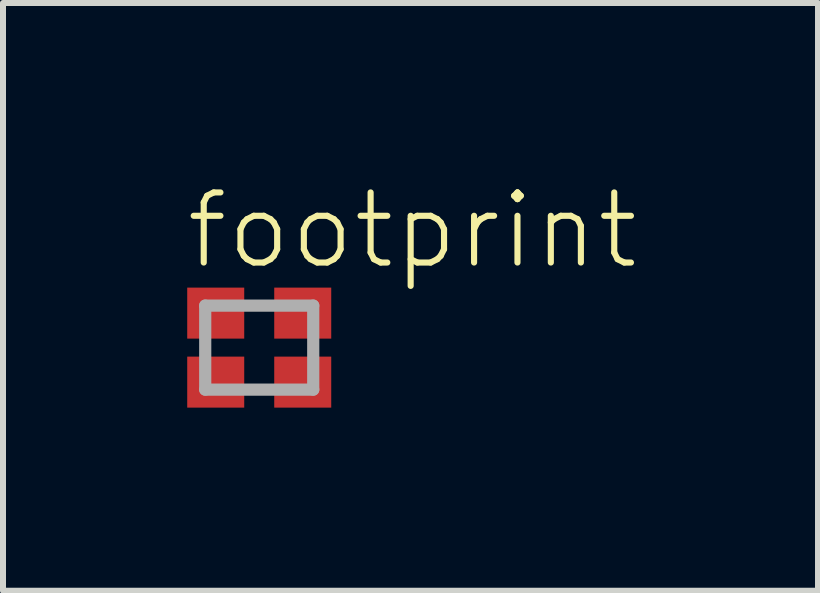
<source format=kicad_pcb>
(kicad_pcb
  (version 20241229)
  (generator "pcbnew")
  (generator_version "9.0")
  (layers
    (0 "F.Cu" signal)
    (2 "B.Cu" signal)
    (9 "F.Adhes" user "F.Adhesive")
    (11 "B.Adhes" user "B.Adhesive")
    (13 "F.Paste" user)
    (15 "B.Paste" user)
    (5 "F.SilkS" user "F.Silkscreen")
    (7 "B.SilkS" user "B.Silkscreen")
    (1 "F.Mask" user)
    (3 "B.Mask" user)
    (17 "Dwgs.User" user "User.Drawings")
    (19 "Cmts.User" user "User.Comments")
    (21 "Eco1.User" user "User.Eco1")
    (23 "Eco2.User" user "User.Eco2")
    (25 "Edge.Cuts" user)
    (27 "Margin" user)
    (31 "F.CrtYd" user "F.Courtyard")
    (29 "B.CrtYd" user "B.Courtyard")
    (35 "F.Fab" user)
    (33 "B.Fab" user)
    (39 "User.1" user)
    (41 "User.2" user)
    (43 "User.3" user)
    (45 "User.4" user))
  (footprint "footprint"
    (layer "F.Cu")
    (at 1.27 2.743)
    (property "Reference" "footprint" (at -1.27 -1.27 0) (layer "F.SilkS") (effects (font (size 1.168 1.168) (thickness 0.102)) (justify left bottom)))
    (fp_poly (pts (xy -1.25 -0.1) (xy -0.2 -0.1) (xy -0.2 -1.05) (xy -1.25 -1.05)) (stroke (width 0) (type solid)) (fill yes) (layer "F.Mask"))
    (fp_poly (pts (xy -1.25 1.05) (xy -0.2 1.05) (xy -0.2 0.1) (xy -1.25 0.1)) (stroke (width 0) (type solid)) (fill yes) (layer "F.Mask"))
    (fp_poly (pts (xy 0.2 -0.1) (xy 1.25 -0.1) (xy 1.25 -1.05) (xy 0.2 -1.05)) (stroke (width 0) (type solid)) (fill yes) (layer "F.Mask"))
    (fp_poly (pts (xy 1.25 1.05) (xy 0.2 1.05) (xy 0.2 0.439) (xy 0.539 0.1) (xy 1.25 0.1)) (stroke (width 0) (type solid)) (fill yes) (layer "F.Mask"))
    (fp_poly (pts (xy -1.15 -0.2) (xy -0.3 -0.2) (xy -0.3 -0.95) (xy -1.15 -0.95)) (stroke (width 0) (type solid)) (fill yes) (layer "F.Paste"))
    (fp_poly (pts (xy -1.15 0.95) (xy -0.3 0.95) (xy -0.3 0.2) (xy -1.15 0.2)) (stroke (width 0) (type solid)) (fill yes) (layer "F.Paste"))
    (fp_poly (pts (xy 0.3 -0.2) (xy 1.15 -0.2) (xy 1.15 -0.95) (xy 0.3 -0.95)) (stroke (width 0) (type solid)) (fill yes) (layer "F.Paste"))
    (fp_poly (pts (xy 1.15 0.95) (xy 0.3 0.95) (xy 0.3 0.464) (xy 0.564 0.2) (xy 1.15 0.2)) (stroke (width 0) (type solid)) (fill yes) (layer "F.Paste"))
    (fp_line (start -0.9 -0.7) (end 0.9 -0.7) (stroke (width 0.203) (type solid)) (layer "F.Fab"))
    (fp_line (start -0.9 0.7) (end -0.9 -0.7) (stroke (width 0.203) (type solid)) (layer "F.Fab"))
    (fp_line (start 0.9 -0.7) (end 0.9 0.7) (stroke (width 0.203) (type solid)) (layer "F.Fab"))
    (fp_line (start 0.9 0.7) (end -0.9 0.7) (stroke (width 0.203) (type solid)) (layer "F.Fab"))
    (pad "1" smd rect (at -0.725 0.575) (size 0.95 0.85) (layers "F.Cu"))
    (pad "2" smd rect (at 0.725 0.575) (size 0.95 0.85) (layers "F.Cu"))
    (pad "3" smd rect (at 0.725 -0.575 180) (size 0.95 0.85) (layers "F.Cu"))
    (pad "4" smd rect (at -0.725 -0.575 180) (size 0.95 0.85) (layers "F.Cu")))
  (gr_rect
    (start -3 -3)
    (end 10.582 6.794)
    (stroke (width 0.1) (type default))
    (fill no)
    (layer "Edge.Cuts")))
</source>
